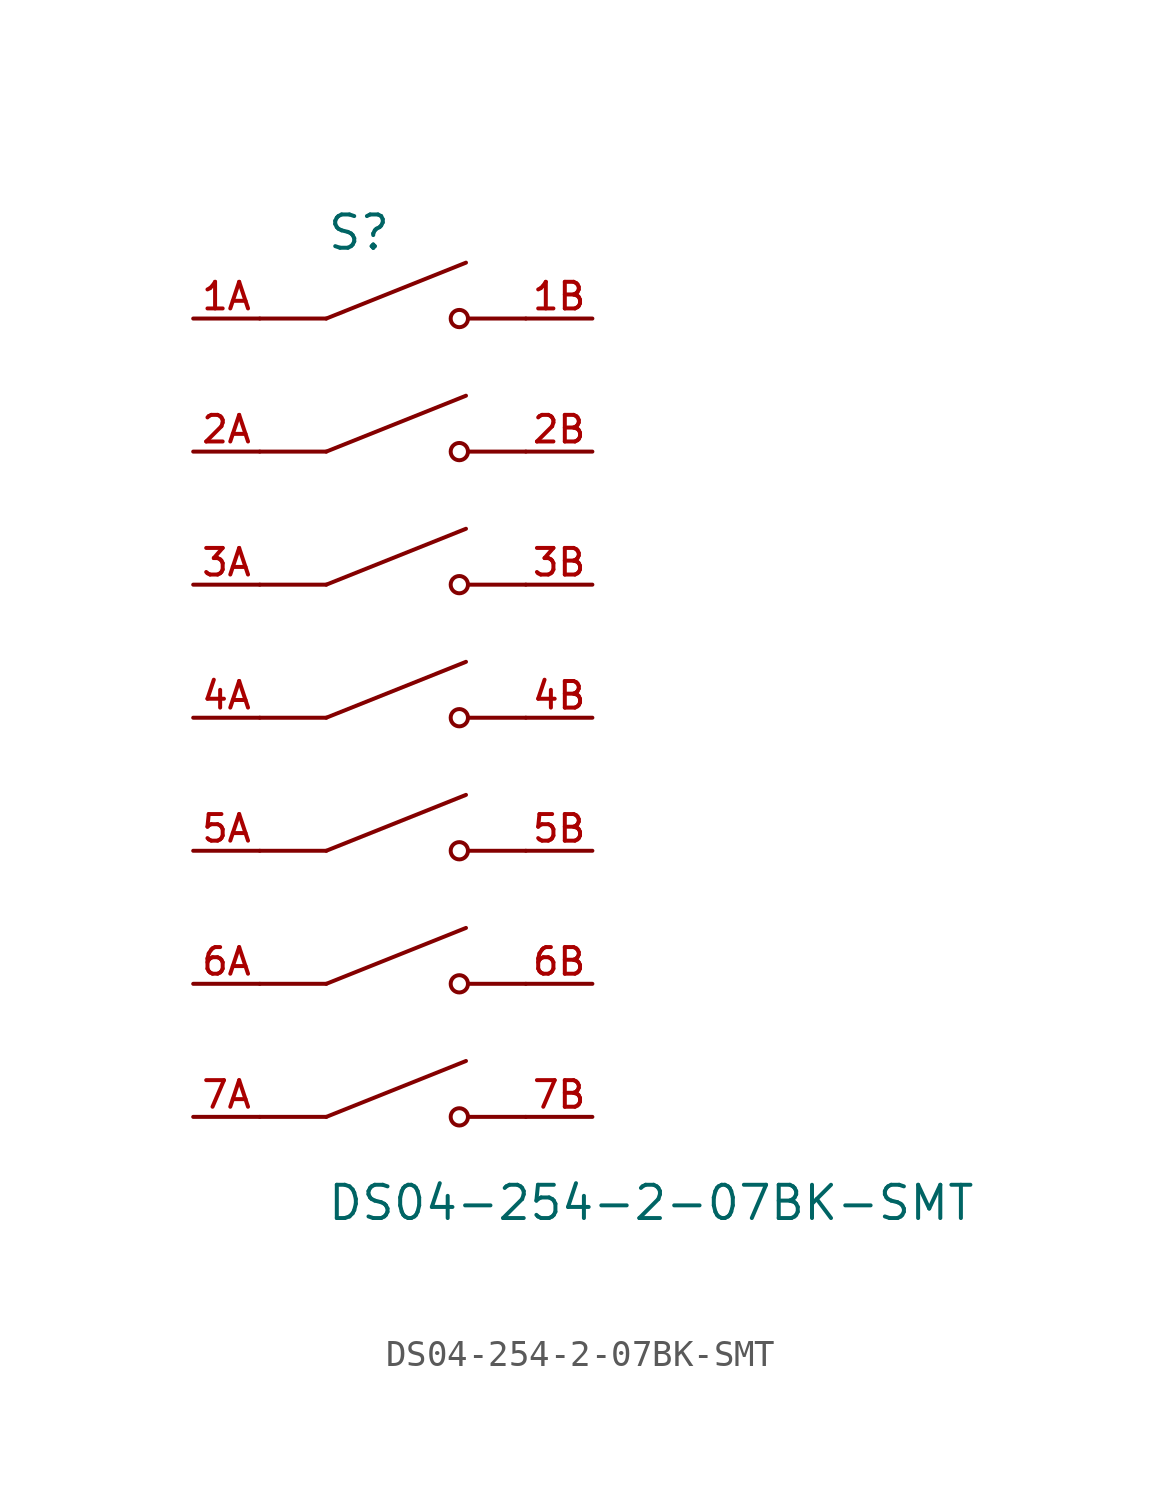
<source format=kicad_sym>
(kicad_symbol_lib
  (version 20211014)
  (generator kicad_symbol_editor)
  (symbol "DS04-254-2-07BK-SMT"
    (pin_names
      (offset 1.016))
    (property "Reference" "S"
      (at -2.54 17.78 0)
      (effects (font (size 1.27 1.27)) (justify bottom left)))
    (property "Value" "DS04-254-2-07BK-SMT"
      (at -2.54 -17.78 0)
      (effects (font (size 1.27 1.27)) (justify top left)))
    (symbol "DS04-254-2-07BK-SMT_0_0"
      (polyline (pts (xy -2.54 15.24) (xy 2.794 17.374)) (stroke (width 0.152)))
      (circle (center 2.54 15.24) (radius 0.33) (stroke (width 0.152)) (fill (type none)))
      (polyline (pts (xy 5.08 15.24) (xy 2.921 15.24)) (stroke (width 0.152)))
      (polyline (pts (xy -2.54 15.24) (xy -5.08 15.24)) (stroke (width 0.152)))
      (polyline (pts (xy -2.54 10.16) (xy 2.794 12.294)) (stroke (width 0.152)))
      (circle (center 2.54 10.16) (radius 0.33) (stroke (width 0.152)) (fill (type none)))
      (polyline (pts (xy 5.08 10.16) (xy 2.921 10.16)) (stroke (width 0.152)))
      (polyline (pts (xy -2.54 10.16) (xy -5.08 10.16)) (stroke (width 0.152)))
      (polyline (pts (xy -2.54 5.08) (xy 2.794 7.214)) (stroke (width 0.152)))
      (circle (center 2.54 5.08) (radius 0.33) (stroke (width 0.152)) (fill (type none)))
      (polyline (pts (xy 5.08 5.08) (xy 2.921 5.08)) (stroke (width 0.152)))
      (polyline (pts (xy -2.54 5.08) (xy -5.08 5.08)) (stroke (width 0.152)))
      (polyline (pts (xy -2.54 0.0) (xy 2.794 2.134)) (stroke (width 0.152)))
      (circle (center 2.54 0.0) (radius 0.33) (stroke (width 0.152)) (fill (type none)))
      (polyline (pts (xy 5.08 0.0) (xy 2.921 0.0)) (stroke (width 0.152)))
      (polyline (pts (xy -2.54 0.0) (xy -5.08 0.0)) (stroke (width 0.152)))
      (polyline (pts (xy -2.54 -5.08) (xy 2.794 -2.946)) (stroke (width 0.152)))
      (circle (center 2.54 -5.08) (radius 0.33) (stroke (width 0.152)) (fill (type none)))
      (polyline (pts (xy 5.08 -5.08) (xy 2.921 -5.08)) (stroke (width 0.152)))
      (polyline (pts (xy -2.54 -5.08) (xy -5.08 -5.08)) (stroke (width 0.152)))
      (polyline (pts (xy -2.54 -10.16) (xy 2.794 -8.026)) (stroke (width 0.152)))
      (circle (center 2.54 -10.16) (radius 0.33) (stroke (width 0.152)) (fill (type none)))
      (polyline (pts (xy 5.08 -10.16) (xy 2.921 -10.16)) (stroke (width 0.152)))
      (polyline (pts (xy -2.54 -10.16) (xy -5.08 -10.16)) (stroke (width 0.152)))
      (polyline (pts (xy -2.54 -15.24) (xy 2.794 -13.106)) (stroke (width 0.152)))
      (circle (center 2.54 -15.24) (radius 0.33) (stroke (width 0.152)) (fill (type none)))
      (polyline (pts (xy 5.08 -15.24) (xy 2.921 -15.24)) (stroke (width 0.152)))
      (polyline (pts (xy -2.54 -15.24) (xy -5.08 -15.24)) (stroke (width 0.152)))
      (pin passive line (at -7.62 15.24 0) (length 2.54) (name "~" (effects (font (size 1.016 1.016)))) (number "1A" (effects (font (size 1.016 1.016)))))
      (pin passive line (at 7.62 15.24 180.0) (length 2.54) (name "~" (effects (font (size 1.016 1.016)))) (number "1B" (effects (font (size 1.016 1.016)))))
      (pin passive line (at -7.62 10.16 0) (length 2.54) (name "~" (effects (font (size 1.016 1.016)))) (number "2A" (effects (font (size 1.016 1.016)))))
      (pin passive line (at 7.62 10.16 180.0) (length 2.54) (name "~" (effects (font (size 1.016 1.016)))) (number "2B" (effects (font (size 1.016 1.016)))))
      (pin passive line (at -7.62 5.08 0) (length 2.54) (name "~" (effects (font (size 1.016 1.016)))) (number "3A" (effects (font (size 1.016 1.016)))))
      (pin passive line (at 7.62 5.08 180.0) (length 2.54) (name "~" (effects (font (size 1.016 1.016)))) (number "3B" (effects (font (size 1.016 1.016)))))
      (pin passive line (at -7.62 0.0 0) (length 2.54) (name "~" (effects (font (size 1.016 1.016)))) (number "4A" (effects (font (size 1.016 1.016)))))
      (pin passive line (at 7.62 0.0 180.0) (length 2.54) (name "~" (effects (font (size 1.016 1.016)))) (number "4B" (effects (font (size 1.016 1.016)))))
      (pin passive line (at -7.62 -5.08 0) (length 2.54) (name "~" (effects (font (size 1.016 1.016)))) (number "5A" (effects (font (size 1.016 1.016)))))
      (pin passive line (at 7.62 -5.08 180.0) (length 2.54) (name "~" (effects (font (size 1.016 1.016)))) (number "5B" (effects (font (size 1.016 1.016)))))
      (pin passive line (at -7.62 -10.16 0) (length 2.54) (name "~" (effects (font (size 1.016 1.016)))) (number "6A" (effects (font (size 1.016 1.016)))))
      (pin passive line (at 7.62 -10.16 180.0) (length 2.54) (name "~" (effects (font (size 1.016 1.016)))) (number "6B" (effects (font (size 1.016 1.016)))))
      (pin passive line (at -7.62 -15.24 0) (length 2.54) (name "~" (effects (font (size 1.016 1.016)))) (number "7A" (effects (font (size 1.016 1.016)))))
      (pin passive line (at 7.62 -15.24 180.0) (length 2.54) (name "~" (effects (font (size 1.016 1.016)))) (number "7B" (effects (font (size 1.016 1.016))))))))
</source>
